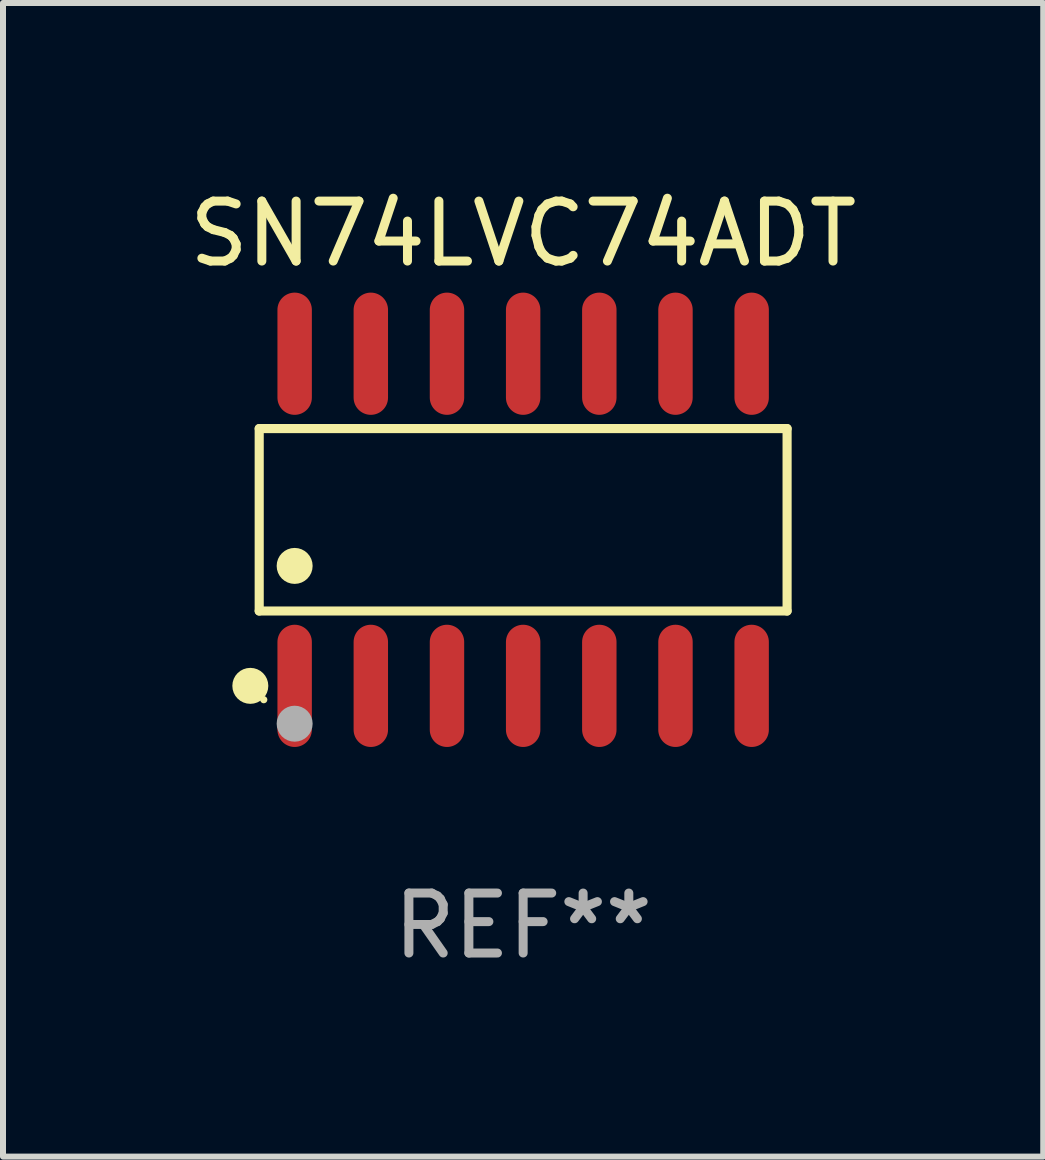
<source format=kicad_pcb>
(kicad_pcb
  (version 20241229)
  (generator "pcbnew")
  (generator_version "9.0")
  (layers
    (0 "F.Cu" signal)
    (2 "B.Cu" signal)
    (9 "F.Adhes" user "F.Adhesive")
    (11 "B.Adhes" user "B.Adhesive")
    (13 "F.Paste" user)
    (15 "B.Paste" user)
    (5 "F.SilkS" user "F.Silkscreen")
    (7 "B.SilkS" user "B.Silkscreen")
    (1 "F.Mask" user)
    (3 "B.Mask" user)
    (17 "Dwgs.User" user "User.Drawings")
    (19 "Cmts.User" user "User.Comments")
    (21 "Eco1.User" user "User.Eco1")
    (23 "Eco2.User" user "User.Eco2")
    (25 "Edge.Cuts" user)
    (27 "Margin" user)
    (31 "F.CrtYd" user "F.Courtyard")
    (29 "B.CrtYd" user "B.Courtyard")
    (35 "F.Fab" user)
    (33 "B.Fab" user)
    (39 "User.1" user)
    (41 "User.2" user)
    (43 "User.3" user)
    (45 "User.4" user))
  (footprint "SN74LVC74ADT"
    (layer "F.Cu")
    (at 5.673 5.617)
    (property "Reference" "SN74LVC74ADT" (at 0 -4.769 0) (layer "F.SilkS") (effects (font (size 1 1) (thickness 0.15))))
    (attr through_hole)
    (fp_line (start -4.401 -1.521) (end 4.401 -1.521) (stroke (width 0.152) (type solid)) (layer "F.SilkS"))
    (fp_line (start -4.401 1.521) (end -4.401 -1.521) (stroke (width 0.152) (type solid)) (layer "F.SilkS"))
    (fp_line (start 4.401 -1.521) (end 4.401 1.521) (stroke (width 0.152) (type solid)) (layer "F.SilkS"))
    (fp_line (start 4.401 1.521) (end -4.401 1.521) (stroke (width 0.152) (type solid)) (layer "F.SilkS"))
    (fp_circle (center -4.549 2.769) (end -4.399 2.769) (stroke (width 0.3) (type solid)) (fill no) (layer "F.SilkS"))
    (fp_circle (center -4.325 3) (end -4.295 3) (stroke (width 0.06) (type solid)) (fill no) (layer "F.SilkS"))
    (fp_circle (center -3.81 0.769) (end -3.66 0.769) (stroke (width 0.3) (type solid)) (fill no) (layer "F.SilkS"))
    (fp_circle (center -3.81 3.4) (end -3.66 3.4) (stroke (width 0.3) (type solid)) (fill no) (layer "F.Fab"))
    (fp_text user "REF**" (at 0 6.769 0) (layer "F.Fab") (effects (font (size 1 1) (thickness 0.15))))
    (pad "1" smd oval (at -3.81 2.769) (size 0.574 2.038) (layers "F.Cu" "F.Mask" "F.Paste"))
    (pad "2" smd oval (at -2.54 2.769) (size 0.574 2.038) (layers "F.Cu" "F.Mask" "F.Paste"))
    (pad "3" smd oval (at -1.27 2.769) (size 0.574 2.038) (layers "F.Cu" "F.Mask" "F.Paste"))
    (pad "4" smd oval (at 0 2.769) (size 0.574 2.038) (layers "F.Cu" "F.Mask" "F.Paste"))
    (pad "5" smd oval (at 1.27 2.769) (size 0.574 2.038) (layers "F.Cu" "F.Mask" "F.Paste"))
    (pad "6" smd oval (at 2.54 2.769) (size 0.574 2.038) (layers "F.Cu" "F.Mask" "F.Paste"))
    (pad "7" smd oval (at 3.81 2.769) (size 0.574 2.038) (layers "F.Cu" "F.Mask" "F.Paste"))
    (pad "8" smd oval (at 3.81 -2.769) (size 0.574 2.038) (layers "F.Cu" "F.Mask" "F.Paste"))
    (pad "9" smd oval (at 2.54 -2.769) (size 0.574 2.038) (layers "F.Cu" "F.Mask" "F.Paste"))
    (pad "10" smd oval (at 1.27 -2.769) (size 0.574 2.038) (layers "F.Cu" "F.Mask" "F.Paste"))
    (pad "11" smd oval (at 0 -2.769) (size 0.574 2.038) (layers "F.Cu" "F.Mask" "F.Paste"))
    (pad "12" smd oval (at -1.27 -2.769) (size 0.574 2.038) (layers "F.Cu" "F.Mask" "F.Paste"))
    (pad "13" smd oval (at -2.54 -2.769) (size 0.574 2.038) (layers "F.Cu" "F.Mask" "F.Paste"))
    (pad "14" smd oval (at -3.81 -2.769) (size 0.574 2.038) (layers "F.Cu" "F.Mask" "F.Paste")))
  (gr_rect
    (start -3 -3)
    (end 14.345 16.235)
    (stroke (width 0.1) (type default))
    (fill no)
    (layer "Edge.Cuts")))
</source>
